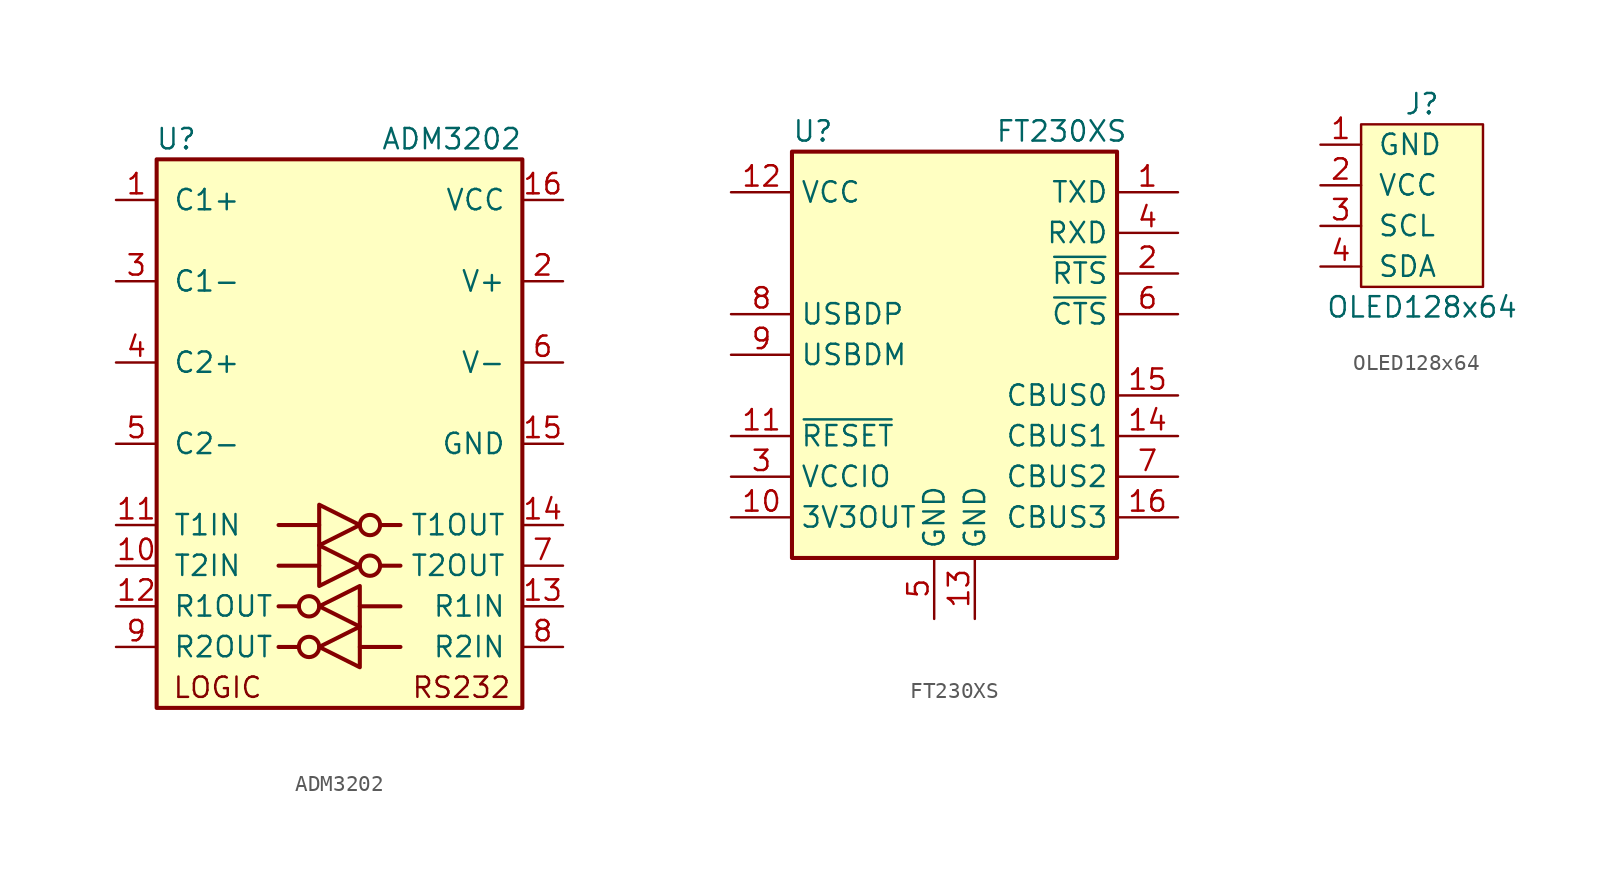
<source format=kicad_sym>
(kicad_symbol_lib
  (version 20211014)
  (generator kicad_symbol_editor)
  (symbol "ADM3202"
    (pin_names
      (offset 1.016))
    (property "Reference" "U"
      (at -8.89 19.05 0)
      (effects (font (size 1.27 1.27)) (justify right)))
    (property "Value" "ADM3202"
      (at 11.43 19.05 0)
      (effects (font (size 1.27 1.27)) (justify right)))
    (symbol "ADM3202_0_0"
      (text "LOGIC" (at -7.62 -15.24 0) (effects (font (size 1.27 1.27))))
      (text "RS232" (at 7.62 -15.24 0) (effects (font (size 1.27 1.27)))))
    (symbol "ADM3202_0_1"
      (rectangle (start -11.43 17.78) (end 11.43 -16.51) (stroke (width 0.254) (type default) (color 0 0 0 0)) (fill (type background)))
      (circle (center -1.905 -12.7) (radius 0.635) (stroke (width 0.254) (type default) (color 0 0 0 0)) (fill (type none)))
      (circle (center -1.905 -10.16) (radius 0.635) (stroke (width 0.254) (type default) (color 0 0 0 0)) (fill (type none)))
      (polyline (pts (xy -2.54 -12.7) (xy -3.81 -12.7)) (stroke (width 0.254) (type default) (color 0 0 0 0)) (fill (type none)))
      (polyline (pts (xy -2.54 -10.16) (xy -3.81 -10.16)) (stroke (width 0.254) (type default) (color 0 0 0 0)) (fill (type none)))
      (polyline (pts (xy -1.27 -7.62) (xy -3.81 -7.62)) (stroke (width 0.254) (type default) (color 0 0 0 0)) (fill (type none)))
      (polyline (pts (xy -1.27 -5.08) (xy -3.81 -5.08)) (stroke (width 0.254) (type default) (color 0 0 0 0)) (fill (type none)))
      (polyline (pts (xy 1.27 -12.7) (xy 3.81 -12.7)) (stroke (width 0.254) (type default) (color 0 0 0 0)) (fill (type none)))
      (polyline (pts (xy 1.27 -10.16) (xy 3.81 -10.16)) (stroke (width 0.254) (type default) (color 0 0 0 0)) (fill (type none)))
      (polyline (pts (xy 2.54 -7.62) (xy 3.81 -7.62)) (stroke (width 0.254) (type default) (color 0 0 0 0)) (fill (type none)))
      (polyline (pts (xy 2.54 -5.08) (xy 3.81 -5.08)) (stroke (width 0.254) (type default) (color 0 0 0 0)) (fill (type none)))
      (polyline (pts (xy -1.27 -6.35) (xy -1.27 -8.89) (xy 1.27 -7.62) (xy -1.27 -6.35)) (stroke (width 0.254) (type default) (color 0 0 0 0)) (fill (type none)))
      (polyline (pts (xy -1.27 -3.81) (xy -1.27 -6.35) (xy 1.27 -5.08) (xy -1.27 -3.81)) (stroke (width 0.254) (type default) (color 0 0 0 0)) (fill (type none)))
      (polyline (pts (xy 1.27 -11.43) (xy 1.27 -13.97) (xy -1.27 -12.7) (xy 1.27 -11.43)) (stroke (width 0.254) (type default) (color 0 0 0 0)) (fill (type none)))
      (polyline (pts (xy 1.27 -8.89) (xy 1.27 -11.43) (xy -1.27 -10.16) (xy 1.27 -8.89)) (stroke (width 0.254) (type default) (color 0 0 0 0)) (fill (type none)))
      (circle (center 1.905 -7.62) (radius 0.635) (stroke (width 0.254) (type default) (color 0 0 0 0)) (fill (type none)))
      (circle (center 1.905 -5.08) (radius 0.635) (stroke (width 0.254) (type default) (color 0 0 0 0)) (fill (type none))))
    (symbol "ADM3202_1_1"
      (pin passive line (at -13.97 15.24 0) (length 2.54) (name "C1+" (effects (font (size 1.27 1.27)))) (number "1" (effects (font (size 1.27 1.27)))))
      (pin passive line (at -13.97 -7.62 0) (length 2.54) (name "T2IN" (effects (font (size 1.27 1.27)))) (number "10" (effects (font (size 1.27 1.27)))))
      (pin passive line (at -13.97 -5.08 0) (length 2.54) (name "T1IN" (effects (font (size 1.27 1.27)))) (number "11" (effects (font (size 1.27 1.27)))))
      (pin passive line (at -13.97 -10.16 0) (length 2.54) (name "R1OUT" (effects (font (size 1.27 1.27)))) (number "12" (effects (font (size 1.27 1.27)))))
      (pin passive line (at 13.97 -10.16 180) (length 2.54) (name "R1IN" (effects (font (size 1.27 1.27)))) (number "13" (effects (font (size 1.27 1.27)))))
      (pin passive line (at 13.97 -5.08 180) (length 2.54) (name "T1OUT" (effects (font (size 1.27 1.27)))) (number "14" (effects (font (size 1.27 1.27)))))
      (pin power_in line (at 13.97 0 180) (length 2.54) (name "GND" (effects (font (size 1.27 1.27)))) (number "15" (effects (font (size 1.27 1.27)))))
      (pin power_in line (at 13.97 15.24 180) (length 2.54) (name "VCC" (effects (font (size 1.27 1.27)))) (number "16" (effects (font (size 1.27 1.27)))))
      (pin passive line (at 13.97 10.16 180) (length 2.54) (name "V+" (effects (font (size 1.27 1.27)))) (number "2" (effects (font (size 1.27 1.27)))))
      (pin passive line (at -13.97 10.16 0) (length 2.54) (name "C1-" (effects (font (size 1.27 1.27)))) (number "3" (effects (font (size 1.27 1.27)))))
      (pin passive line (at -13.97 5.08 0) (length 2.54) (name "C2+" (effects (font (size 1.27 1.27)))) (number "4" (effects (font (size 1.27 1.27)))))
      (pin passive line (at -13.97 0 0) (length 2.54) (name "C2-" (effects (font (size 1.27 1.27)))) (number "5" (effects (font (size 1.27 1.27)))))
      (pin passive line (at 13.97 5.08 180) (length 2.54) (name "V-" (effects (font (size 1.27 1.27)))) (number "6" (effects (font (size 1.27 1.27)))))
      (pin passive line (at 13.97 -7.62 180) (length 2.54) (name "T2OUT" (effects (font (size 1.27 1.27)))) (number "7" (effects (font (size 1.27 1.27)))))
      (pin passive line (at 13.97 -12.7 180) (length 2.54) (name "R2IN" (effects (font (size 1.27 1.27)))) (number "8" (effects (font (size 1.27 1.27)))))
      (pin passive line (at -13.97 -12.7 0) (length 2.54) (name "R2OUT" (effects (font (size 1.27 1.27)))) (number "9" (effects (font (size 1.27 1.27)))))))
  (symbol "FT230XS"
    (property "Reference" "U"
      (at -10.16 13.97 0)
      (effects (font (size 1.27 1.27)) (justify left)))
    (property "Value" "FT230XS"
      (at 2.54 13.97 0)
      (effects (font (size 1.27 1.27)) (justify left)))
    (symbol "FT230XS_0_1"
      (rectangle (start -10.16 12.7) (end 10.16 -12.7) (stroke (width 0.254) (type default) (color 0 0 0 0)) (fill (type background))))
    (symbol "FT230XS_1_1"
      (pin output line (at 13.97 10.16 180) (length 3.81) (name "TXD" (effects (font (size 1.27 1.27)))) (number "1" (effects (font (size 1.27 1.27)))))
      (pin power_out line (at -13.97 -10.16 0) (length 3.81) (name "3V3OUT" (effects (font (size 1.27 1.27)))) (number "10" (effects (font (size 1.27 1.27)))))
      (pin input line (at -13.97 -5.08 0) (length 3.81) (name "~{RESET}" (effects (font (size 1.27 1.27)))) (number "11" (effects (font (size 1.27 1.27)))))
      (pin power_in line (at -13.97 10.16 0) (length 3.81) (name "VCC" (effects (font (size 1.27 1.27)))) (number "12" (effects (font (size 1.27 1.27)))))
      (pin power_in line (at 1.27 -16.51 90) (length 3.81) (name "GND" (effects (font (size 1.27 1.27)))) (number "13" (effects (font (size 1.27 1.27)))))
      (pin bidirectional line (at 13.97 -5.08 180) (length 3.81) (name "CBUS1" (effects (font (size 1.27 1.27)))) (number "14" (effects (font (size 1.27 1.27)))))
      (pin bidirectional line (at 13.97 -2.54 180) (length 3.81) (name "CBUS0" (effects (font (size 1.27 1.27)))) (number "15" (effects (font (size 1.27 1.27)))))
      (pin bidirectional line (at 13.97 -10.16 180) (length 3.81) (name "CBUS3" (effects (font (size 1.27 1.27)))) (number "16" (effects (font (size 1.27 1.27)))))
      (pin output line (at 13.97 5.08 180) (length 3.81) (name "~{RTS}" (effects (font (size 1.27 1.27)))) (number "2" (effects (font (size 1.27 1.27)))))
      (pin power_in line (at -13.97 -7.62 0) (length 3.81) (name "VCCIO" (effects (font (size 1.27 1.27)))) (number "3" (effects (font (size 1.27 1.27)))))
      (pin input line (at 13.97 7.62 180) (length 3.81) (name "RXD" (effects (font (size 1.27 1.27)))) (number "4" (effects (font (size 1.27 1.27)))))
      (pin power_in line (at -1.27 -16.51 90) (length 3.81) (name "GND" (effects (font (size 1.27 1.27)))) (number "5" (effects (font (size 1.27 1.27)))))
      (pin input line (at 13.97 2.54 180) (length 3.81) (name "~{CTS}" (effects (font (size 1.27 1.27)))) (number "6" (effects (font (size 1.27 1.27)))))
      (pin bidirectional line (at 13.97 -7.62 180) (length 3.81) (name "CBUS2" (effects (font (size 1.27 1.27)))) (number "7" (effects (font (size 1.27 1.27)))))
      (pin bidirectional line (at -13.97 2.54 0) (length 3.81) (name "USBDP" (effects (font (size 1.27 1.27)))) (number "8" (effects (font (size 1.27 1.27)))))
      (pin bidirectional line (at -13.97 0 0) (length 3.81) (name "USBDM" (effects (font (size 1.27 1.27)))) (number "9" (effects (font (size 1.27 1.27)))))))
  (symbol "OLED128x64"
    (pin_names
      (offset 1.016))
    (property "Reference" "J"
      (at 0 6.35 0)
      (effects (font (size 1.27 1.27))))
    (property "Value" "OLED128x64"
      (at 0 -6.35 0)
      (effects (font (size 1.27 1.27))))
    (symbol "OLED128x64_0_1"
      (rectangle (start -3.81 5.08) (end 3.81 -5.08) (stroke (width 0) (type default) (color 0 0 0 0)) (fill (type background))))
    (symbol "OLED128x64_1_1"
      (pin power_in line (at -6.35 3.81 0) (length 2.54) (name "GND" (effects (font (size 1.27 1.27)))) (number "1" (effects (font (size 1.27 1.27)))))
      (pin power_in line (at -6.35 1.27 0) (length 2.54) (name "VCC" (effects (font (size 1.27 1.27)))) (number "2" (effects (font (size 1.27 1.27)))))
      (pin passive line (at -6.35 -1.27 0) (length 2.54) (name "SCL" (effects (font (size 1.27 1.27)))) (number "3" (effects (font (size 1.27 1.27)))))
      (pin passive line (at -6.35 -3.81 0) (length 2.54) (name "SDA" (effects (font (size 1.27 1.27)))) (number "4" (effects (font (size 1.27 1.27))))))))
</source>
